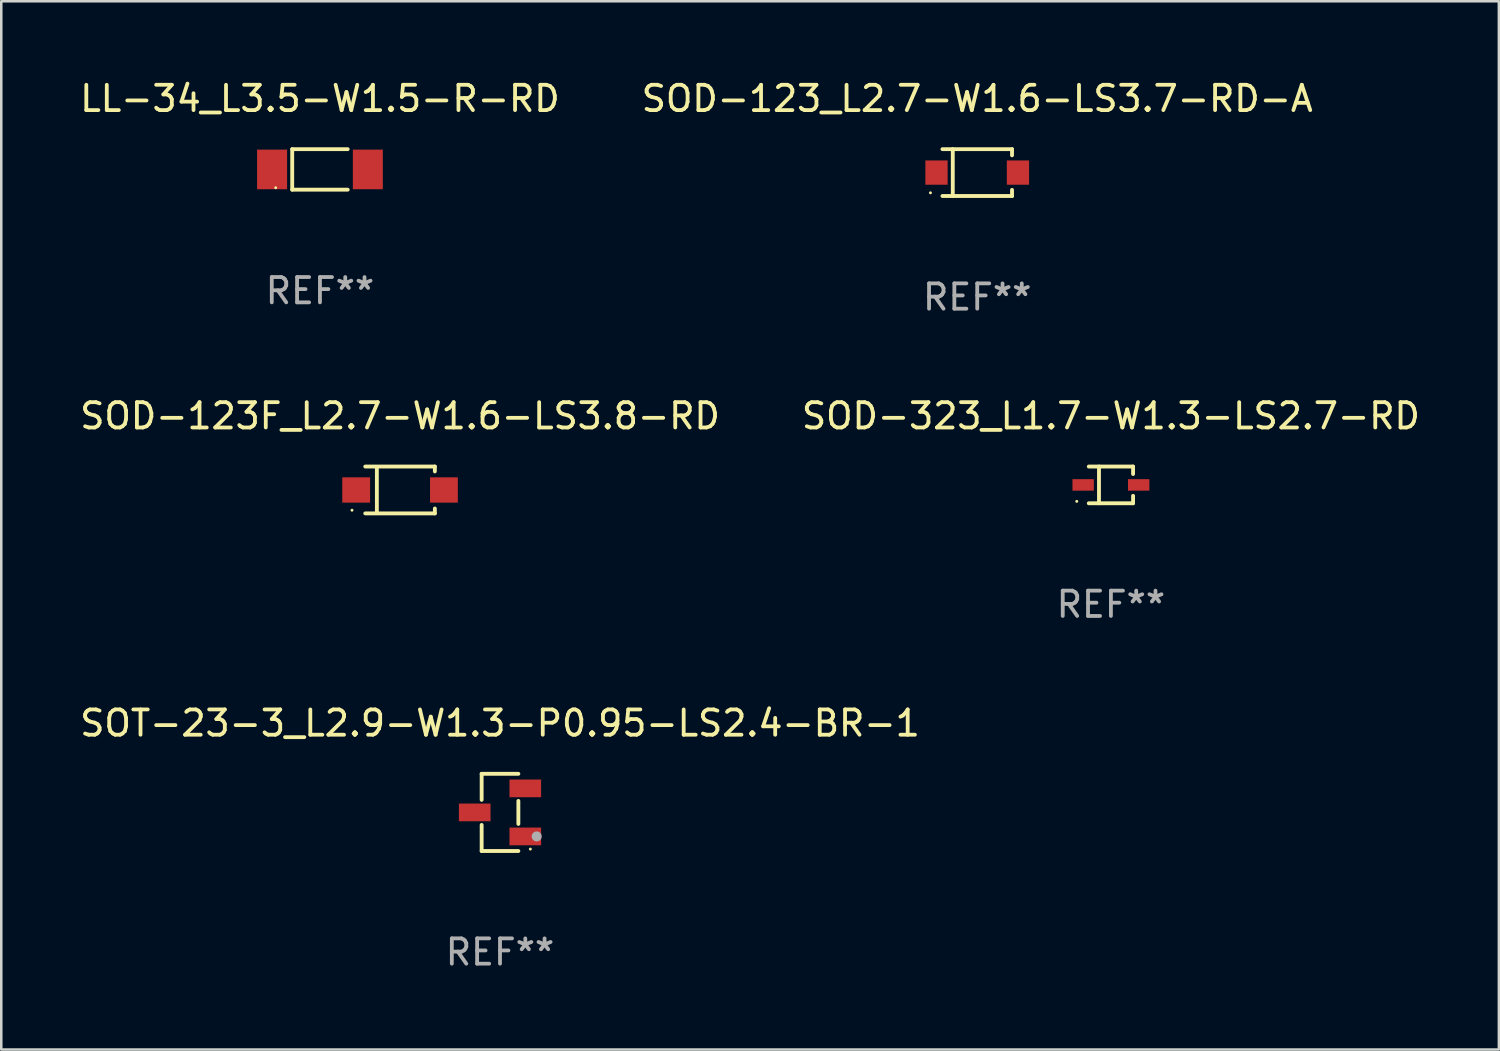
<source format=kicad_pcb>
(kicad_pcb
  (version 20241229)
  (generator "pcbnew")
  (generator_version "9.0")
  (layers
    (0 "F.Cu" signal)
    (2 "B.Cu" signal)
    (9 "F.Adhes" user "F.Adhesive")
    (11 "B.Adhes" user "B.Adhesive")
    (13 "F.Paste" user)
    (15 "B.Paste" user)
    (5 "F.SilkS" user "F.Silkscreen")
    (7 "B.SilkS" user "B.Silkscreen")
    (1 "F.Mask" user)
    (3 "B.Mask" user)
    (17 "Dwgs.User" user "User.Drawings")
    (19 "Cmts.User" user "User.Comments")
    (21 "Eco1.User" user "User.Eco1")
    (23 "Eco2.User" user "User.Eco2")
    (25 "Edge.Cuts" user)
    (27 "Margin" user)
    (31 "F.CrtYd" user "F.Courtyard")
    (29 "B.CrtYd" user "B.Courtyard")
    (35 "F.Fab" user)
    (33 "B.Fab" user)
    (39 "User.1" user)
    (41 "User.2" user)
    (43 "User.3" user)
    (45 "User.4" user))
  (footprint "LL-34_L3.5-W1.5-R-RD"
    (layer "F.Cu")
    (at 9.601 3.649)
    (property "Reference" "LL-34_L3.5-W1.5-R-RD" (at 0 -2.801 0) (layer "F.SilkS") (effects (font (size 1 1) (thickness 0.15))))
    (attr smd)
    (fp_line (start -1.097 -0.801) (end -1.097 0.801) (stroke (width 0.152) (type solid)) (layer "F.SilkS"))
    (fp_line (start -1.097 -0.801) (end 1.097 -0.801) (stroke (width 0.152) (type solid)) (layer "F.SilkS"))
    (fp_line (start -1.097 0.801) (end 1.097 0.801) (stroke (width 0.152) (type solid)) (layer "F.SilkS"))
    (fp_circle (center -1.75 0.725) (end -1.72 0.725) (stroke (width 0.06) (type solid)) (fill no) (layer "F.SilkS"))
    (fp_text user "REF**" (at 0 4.801 0) (layer "F.Fab") (effects (font (size 1 1) (thickness 0.15))))
    (pad "1" smd rect (at 1.893 0) (size 1.185 1.566) (layers "F.Cu" "F.Mask" "F.Paste"))
    (pad "2" smd rect (at -1.893 0) (size 1.185 1.566) (layers "F.Cu" "F.Mask" "F.Paste")))
  (footprint "SOT-23-3_L2.9-W1.3-P0.95-LS2.4-BR-1"
    (layer "F.Cu")
    (at 16.72 29.072)
    (property "Reference" "SOT-23-3_L2.9-W1.3-P0.95-LS2.4-BR-1" (at 0 -3.526 0) (layer "F.SilkS") (effects (font (size 1 1) (thickness 0.15))))
    (attr smd)
    (fp_line (start -0.726 -1.526) (end -0.726 -0.495) (stroke (width 0.152) (type solid)) (layer "F.SilkS"))
    (fp_line (start -0.726 1.526) (end -0.726 0.495) (stroke (width 0.152) (type solid)) (layer "F.SilkS"))
    (fp_line (start 0.726 -1.526) (end -0.726 -1.526) (stroke (width 0.152) (type solid)) (layer "F.SilkS"))
    (fp_line (start 0.726 -0.455) (end 0.726 0.455) (stroke (width 0.152) (type solid)) (layer "F.SilkS"))
    (fp_line (start 0.726 1.526) (end -0.726 1.526) (stroke (width 0.152) (type solid)) (layer "F.SilkS"))
    (fp_circle (center 1.2 1.45) (end 1.23 1.45) (stroke (width 0.06) (type solid)) (fill no) (layer "F.SilkS"))
    (fp_circle (center 1.45 0.95) (end 1.55 0.95) (stroke (width 0.2) (type solid)) (fill no) (layer "F.Fab"))
    (fp_text user "REF**" (at 0 5.526 0) (layer "F.Fab") (effects (font (size 1 1) (thickness 0.15))))
    (pad "1" smd rect (at 1 0.95) (size 1.25 0.7) (layers "F.Cu" "F.Mask" "F.Paste"))
    (pad "2" smd rect (at 1 -0.95) (size 1.25 0.7) (layers "F.Cu" "F.Mask" "F.Paste"))
    (pad "3" smd rect (at -1 0) (size 1.25 0.7) (layers "F.Cu" "F.Mask" "F.Paste")))
  (footprint "SOD-323_L1.7-W1.3-LS2.7-RD"
    (layer "F.Cu")
    (at 40.875 16.123)
    (property "Reference" "SOD-323_L1.7-W1.3-LS2.7-RD" (at 0 -2.726 0) (layer "F.SilkS") (effects (font (size 1 1) (thickness 0.15))))
    (attr smd)
    (fp_line (start -0.876 -0.726) (end 0.876 -0.726) (stroke (width 0.152) (type solid)) (layer "F.SilkS"))
    (fp_line (start -0.876 0.726) (end 0.876 0.726) (stroke (width 0.152) (type solid)) (layer "F.SilkS"))
    (fp_line (start -0.472 -0.726) (end -0.472 0.726) (stroke (width 0.152) (type solid)) (layer "F.SilkS"))
    (fp_line (start 0.876 -0.726) (end 0.876 -0.431) (stroke (width 0.152) (type solid)) (layer "F.SilkS"))
    (fp_line (start 0.876 0.726) (end 0.876 0.431) (stroke (width 0.152) (type solid)) (layer "F.SilkS"))
    (fp_circle (center -1.35 0.65) (end -1.32 0.65) (stroke (width 0.06) (type solid)) (fill no) (layer "F.SilkS"))
    (fp_text user "REF**" (at 0 4.726 0) (layer "F.Fab") (effects (font (size 1 1) (thickness 0.15))))
    (pad "1" smd rect (at -1.098 0 180) (size 0.845 0.455) (layers "F.Cu" "F.Mask" "F.Paste"))
    (pad "2" smd rect (at 1.098 0 180) (size 0.845 0.455) (layers "F.Cu" "F.Mask" "F.Paste")))
  (footprint "SOD-123F_L2.7-W1.6-LS3.8-RD"
    (layer "F.Cu")
    (at 12.768 16.323)
    (property "Reference" "SOD-123F_L2.7-W1.6-LS3.8-RD" (at 0 -2.926 0) (layer "F.SilkS") (effects (font (size 1 1) (thickness 0.15))))
    (attr smd)
    (fp_line (start -1.376 -0.926) (end 1.376 -0.926) (stroke (width 0.152) (type solid)) (layer "F.SilkS"))
    (fp_line (start -1.376 0.926) (end 1.376 0.926) (stroke (width 0.152) (type solid)) (layer "F.SilkS"))
    (fp_line (start -0.917 -0.876) (end -0.917 0.876) (stroke (width 0.152) (type solid)) (layer "F.SilkS"))
    (fp_line (start 1.376 -0.926) (end 1.376 -0.733) (stroke (width 0.152) (type solid)) (layer "F.SilkS"))
    (fp_line (start 1.376 0.926) (end 1.376 0.733) (stroke (width 0.152) (type solid)) (layer "F.SilkS"))
    (fp_circle (center -1.9 0.8) (end -1.87 0.8) (stroke (width 0.06) (type solid)) (fill no) (layer "F.SilkS"))
    (pad "1" smd rect (at -1.735 0) (size 1.1 1) (layers "F.Cu" "F.Mask" "F.Paste"))
    (pad "2" smd rect (at 1.735 0) (size 1.1 1) (layers "F.Cu" "F.Mask" "F.Paste")))
  (footprint "SOD-123_L2.7-W1.6-LS3.7-RD-A"
    (layer "F.Cu")
    (at 35.589 3.774)
    (property "Reference" "SOD-123_L2.7-W1.6-LS3.7-RD-A" (at 0 -2.926 0) (layer "F.SilkS") (effects (font (size 1 1) (thickness 0.15))))
    (attr smd)
    (fp_line (start -1.376 -0.926) (end 1.376 -0.926) (stroke (width 0.152) (type solid)) (layer "F.SilkS"))
    (fp_line (start -1.376 0.926) (end 1.376 0.926) (stroke (width 0.152) (type solid)) (layer "F.SilkS"))
    (fp_line (start -0.967 -0.926) (end -0.967 0.926) (stroke (width 0.152) (type solid)) (layer "F.SilkS"))
    (fp_line (start 1.376 -0.926) (end 1.376 -0.683) (stroke (width 0.152) (type solid)) (layer "F.SilkS"))
    (fp_line (start 1.376 0.926) (end 1.376 0.683) (stroke (width 0.152) (type solid)) (layer "F.SilkS"))
    (fp_circle (center -1.85 0.8) (end -1.82 0.8) (stroke (width 0.06) (type solid)) (fill no) (layer "F.SilkS"))
    (fp_text user "REF**" (at 0 4.926 0) (layer "F.Fab") (effects (font (size 1 1) (thickness 0.15))))
    (pad "1" smd rect (at -1.61 0) (size 0.88 0.96) (layers "F.Cu" "F.Mask" "F.Paste"))
    (pad "2" smd rect (at 1.61 0) (size 0.88 0.96) (layers "F.Cu" "F.Mask" "F.Paste")))
  (gr_rect
    (start -3 -3)
    (end 56.214 38.447)
    (stroke (width 0.1) (type default))
    (fill no)
    (layer "Edge.Cuts")))
</source>
